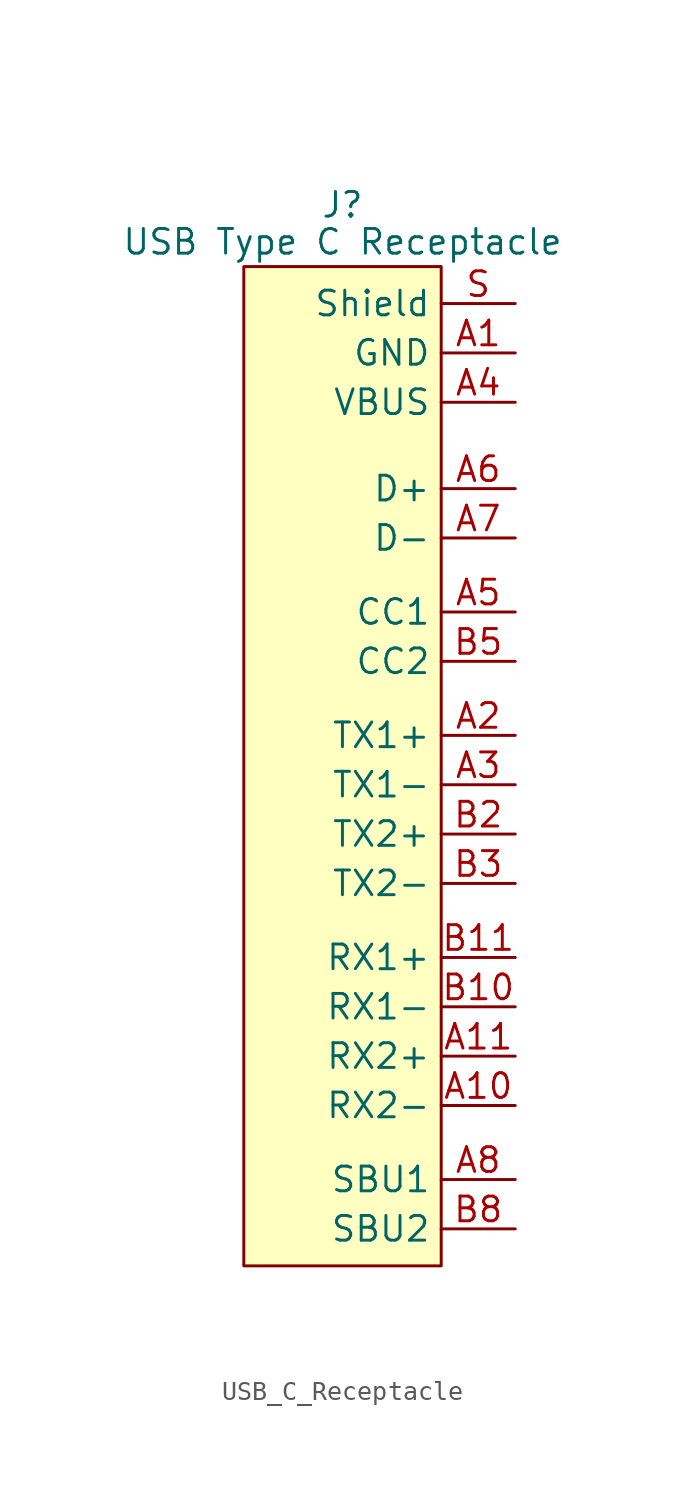
<source format=kicad_sym>
(kicad_symbol_lib
  (version 20220914)
  (generator kicad_symbol_editor)
  (symbol "USB_C_Receptacle"
    (property "Reference" "J"
      (at 0 5.08 0)
      (effects (font (size 1.27 1.27))))
    (property "Value" "USB Type C Receptacle"
      (at 0 3.175 0)
      (effects (font (size 1.27 1.27))))
    (symbol "USB_C_Receptacle_1_1"
      (rectangle (start -5.08 1.905) (end 5.08 -49.53) (stroke (width 0) (type default)) (fill (type background)))
      (pin input line (at 8.89 -2.54 180) (length 3.81) (name "GND" (effects (font (size 1.27 1.27)))) (number "A1" (effects (font (size 1.27 1.27)))))
      (pin input line (at 8.89 -41.275 180) (length 3.81) (name "RX2-" (effects (font (size 1.27 1.27)))) (number "A10" (effects (font (size 1.27 1.27)))))
      (pin input line (at 8.89 -38.735 180) (length 3.81) (name "RX2+" (effects (font (size 1.27 1.27)))) (number "A11" (effects (font (size 1.27 1.27)))))
      (pin input line (at 8.89 -2.54 180) (length 3.81) hide (name "GND" (effects (font (size 1.27 1.27)))) (number "A12" (effects (font (size 1.27 1.27)))))
      (pin input line (at 8.89 -22.225 180) (length 3.81) (name "TX1+" (effects (font (size 1.27 1.27)))) (number "A2" (effects (font (size 1.27 1.27)))))
      (pin input line (at 8.89 -24.765 180) (length 3.81) (name "TX1-" (effects (font (size 1.27 1.27)))) (number "A3" (effects (font (size 1.27 1.27)))))
      (pin input line (at 8.89 -5.08 180) (length 3.81) (name "VBUS" (effects (font (size 1.27 1.27)))) (number "A4" (effects (font (size 1.27 1.27)))))
      (pin input line (at 8.89 -15.875 180) (length 3.81) (name "CC1" (effects (font (size 1.27 1.27)))) (number "A5" (effects (font (size 1.27 1.27)))))
      (pin input line (at 8.89 -9.525 180) (length 3.81) (name "D+" (effects (font (size 1.27 1.27)))) (number "A6" (effects (font (size 1.27 1.27)))))
      (pin input line (at 8.89 -12.065 180) (length 3.81) (name "D-" (effects (font (size 1.27 1.27)))) (number "A7" (effects (font (size 1.27 1.27)))))
      (pin input line (at 8.89 -45.085 180) (length 3.81) (name "SBU1" (effects (font (size 1.27 1.27)))) (number "A8" (effects (font (size 1.27 1.27)))))
      (pin input line (at 8.89 -5.08 180) (length 3.81) hide (name "VBUS" (effects (font (size 1.27 1.27)))) (number "A9" (effects (font (size 1.27 1.27)))))
      (pin input line (at 7.62 -2.54 180) (length 2.54) hide (name "GND" (effects (font (size 1.27 1.27)))) (number "B1" (effects (font (size 1.27 1.27)))))
      (pin input line (at 8.89 -36.195 180) (length 3.81) (name "RX1-" (effects (font (size 1.27 1.27)))) (number "B10" (effects (font (size 1.27 1.27)))))
      (pin input line (at 8.89 -33.655 180) (length 3.81) (name "RX1+" (effects (font (size 1.27 1.27)))) (number "B11" (effects (font (size 1.27 1.27)))))
      (pin input line (at 7.62 -2.54 180) (length 2.54) hide (name "GND" (effects (font (size 1.27 1.27)))) (number "B12" (effects (font (size 1.27 1.27)))))
      (pin input line (at 8.89 -27.305 180) (length 3.81) (name "TX2+" (effects (font (size 1.27 1.27)))) (number "B2" (effects (font (size 1.27 1.27)))))
      (pin input line (at 8.89 -29.845 180) (length 3.81) (name "TX2-" (effects (font (size 1.27 1.27)))) (number "B3" (effects (font (size 1.27 1.27)))))
      (pin input line (at 7.62 -5.08 180) (length 2.54) hide (name "VBUS" (effects (font (size 1.27 1.27)))) (number "B4" (effects (font (size 1.27 1.27)))))
      (pin input line (at 8.89 -18.415 180) (length 3.81) (name "CC2" (effects (font (size 1.27 1.27)))) (number "B5" (effects (font (size 1.27 1.27)))))
      (pin input line (at 8.89 -9.525 180) (length 3.81) hide (name "D+" (effects (font (size 1.27 1.27)))) (number "B6" (effects (font (size 1.27 1.27)))))
      (pin input line (at 7.62 -12.065 180) (length 2.54) hide (name "D-" (effects (font (size 1.27 1.27)))) (number "B7" (effects (font (size 1.27 1.27)))))
      (pin input line (at 8.89 -47.625 180) (length 3.81) (name "SBU2" (effects (font (size 1.27 1.27)))) (number "B8" (effects (font (size 1.27 1.27)))))
      (pin input line (at 7.62 -5.08 180) (length 2.54) hide (name "VBUS" (effects (font (size 1.27 1.27)))) (number "B9" (effects (font (size 1.27 1.27)))))
      (pin input line (at 8.89 0 180) (length 3.81) (name "Shield" (effects (font (size 1.27 1.27)))) (number "S" (effects (font (size 1.27 1.27))))))))
</source>
